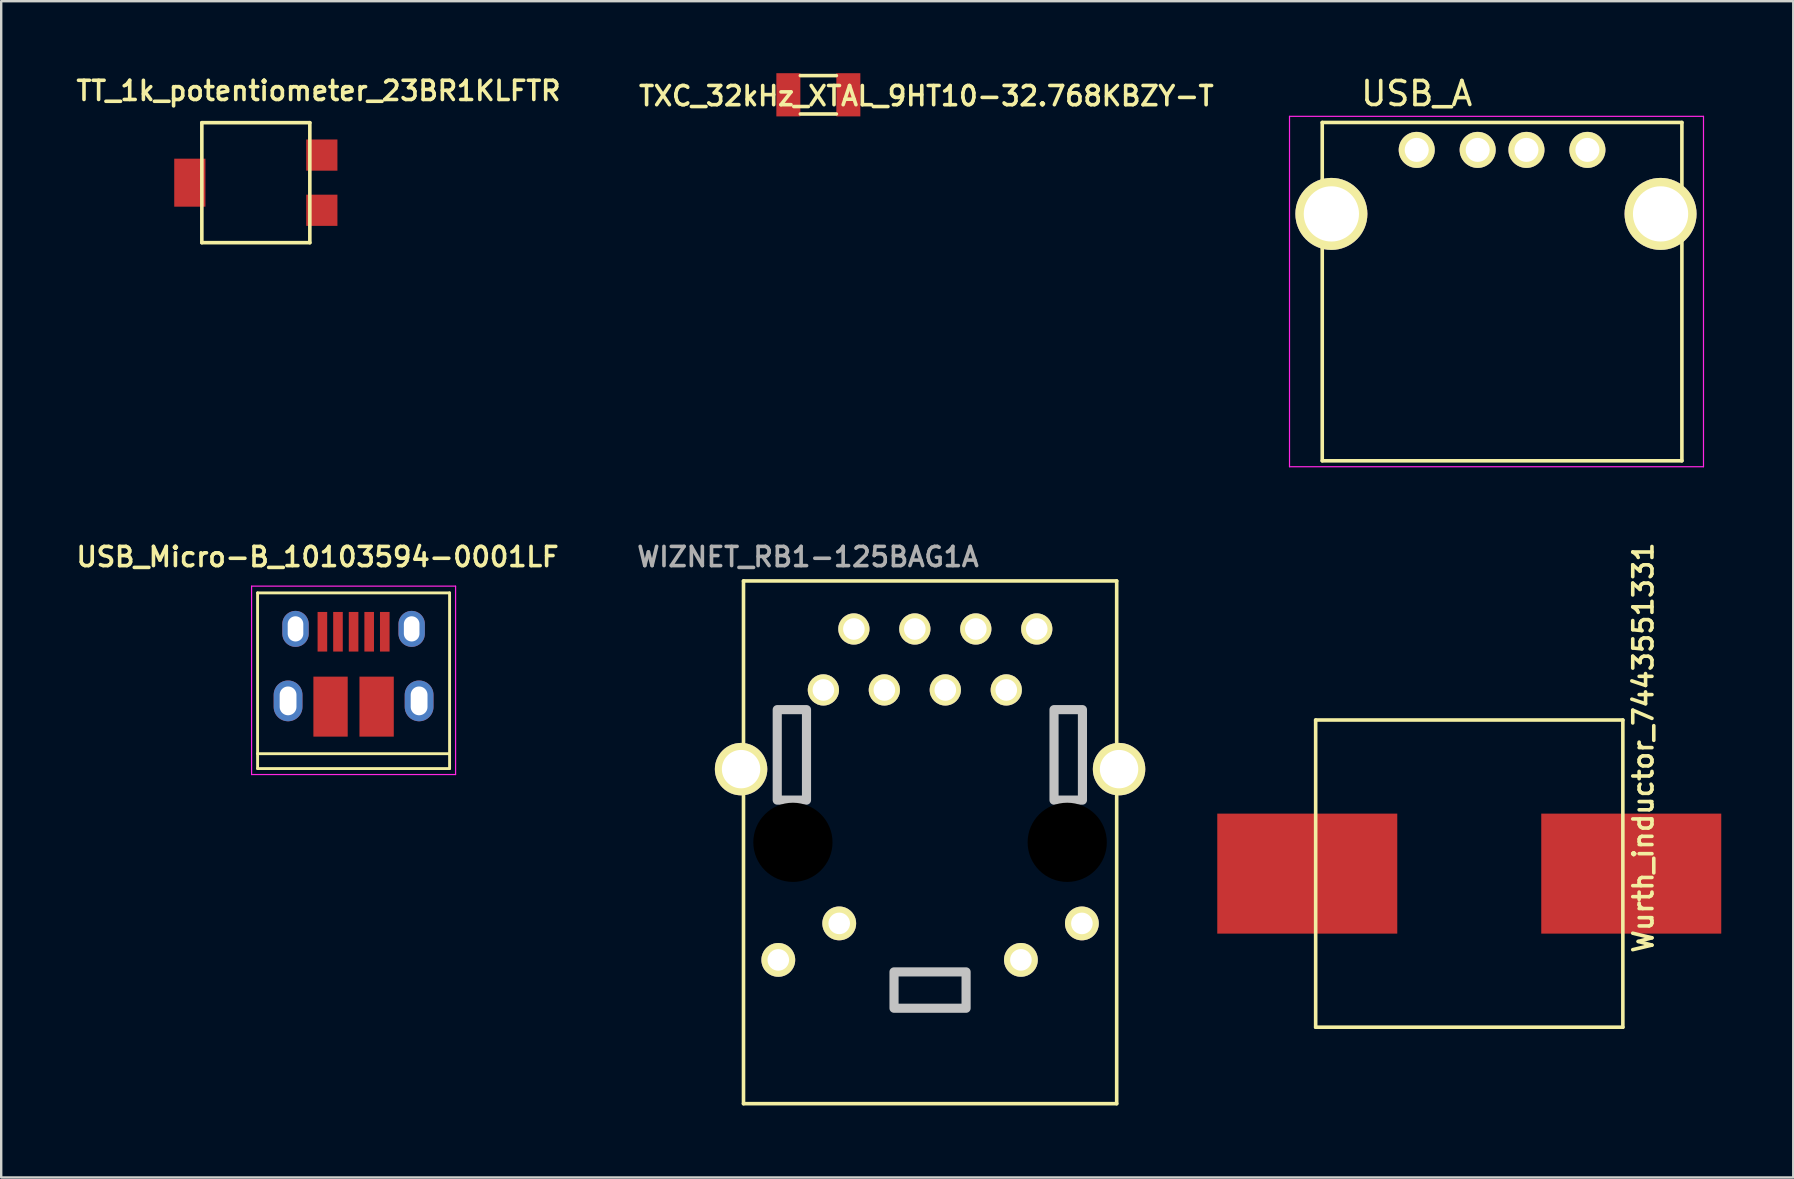
<source format=kicad_pcb>
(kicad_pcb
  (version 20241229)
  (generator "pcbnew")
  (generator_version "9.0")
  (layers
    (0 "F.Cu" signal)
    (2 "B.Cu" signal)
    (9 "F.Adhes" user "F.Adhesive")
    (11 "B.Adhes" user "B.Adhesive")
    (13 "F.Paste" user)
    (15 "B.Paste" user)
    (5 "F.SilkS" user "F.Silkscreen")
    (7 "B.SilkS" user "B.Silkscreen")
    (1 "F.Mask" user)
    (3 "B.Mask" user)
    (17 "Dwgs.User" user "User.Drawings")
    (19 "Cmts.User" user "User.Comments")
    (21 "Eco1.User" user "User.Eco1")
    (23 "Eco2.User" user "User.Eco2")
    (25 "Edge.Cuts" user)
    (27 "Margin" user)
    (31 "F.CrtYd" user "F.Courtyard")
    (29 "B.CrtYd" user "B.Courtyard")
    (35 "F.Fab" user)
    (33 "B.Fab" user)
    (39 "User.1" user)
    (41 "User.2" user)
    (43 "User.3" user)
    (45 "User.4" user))
  (footprint "TXC_32kHz_XTAL_9HT10-32.768KBZY-T"
    (layer "F.Cu")
    (at 31.049 0.9)
    (property "Reference" "TXC_32kHz_XTAL_9HT10-32.768KBZY-T" (at 4.5 0.05 0) (layer "F.SilkS") (effects (font (size 0.8 0.8) (thickness 0.15))))
    (attr through_hole)
    (fp_line (start -0.75 -0.8) (end 0.75 -0.8) (stroke (width 0.15) (type solid)) (layer "F.SilkS"))
    (fp_line (start 0.75 0.8) (end -0.75 0.8) (stroke (width 0.15) (type solid)) (layer "F.SilkS"))
    (pad "1" smd rect (at -1.25 0) (size 1 1.8) (layers "F.Cu" "F.Mask" "F.Paste"))
    (pad "2" smd rect (at 1.25 0) (size 1 1.8) (layers "F.Cu" "F.Mask" "F.Paste")))
  (footprint "WIZNET_RB1-125BAG1A"
    (layer "F.Cu")
    (at 35.705 32.047)
    (property "Reference" "WIZNET_RB1-125BAG1A" (at -5.089 -11.893 0) (layer "F.Fab") (effects (font (size 0.8 0.8) (thickness 0.15))))
    (attr through_hole)
    (fp_line (start -7.775 -10.89) (end -7.775 10.89) (stroke (width 0.15) (type solid)) (layer "F.SilkS"))
    (fp_line (start -7.775 10.89) (end 7.775 10.89) (stroke (width 0.15) (type solid)) (layer "F.SilkS"))
    (fp_line (start 7.775 -10.89) (end -7.775 -10.89) (stroke (width 0.15) (type solid)) (layer "F.SilkS"))
    (fp_line (start 7.775 10.89) (end 7.775 -10.89) (stroke (width 0.15) (type solid)) (layer "F.SilkS"))
    (fp_poly (pts (xy -6.369 -5.528) (xy -5.15 -5.528) (xy -5.15 -1.758) (xy -6.369 -1.758)) (stroke (width 0.381) (type solid)) (fill no) (layer "Dwgs.User"))
    (fp_poly (pts (xy -1.503 5.4) (xy 1.5 5.4) (xy 1.5 6.914) (xy -1.503 6.914)) (stroke (width 0.381) (type solid)) (fill no) (layer "Dwgs.User"))
    (fp_poly (pts (xy 5.164 -5.528) (xy 6.348 -5.528) (xy 6.348 -1.758) (xy 5.164 -1.758)) (stroke (width 0.381) (type solid)) (fill no) (layer "Dwgs.User"))
    (pad "" np_thru_hole circle (at -5.716 0.001) (size 3.3 3.3) (drill 3.3) (layers))
    (pad "" np_thru_hole circle (at 5.714 0.001) (size 3.3 3.3) (drill 3.3) (layers))
    (pad "L1" thru_hole circle (at 6.325 3.38) (size 1.408 1.408) (drill 0.9) (layers "*.Cu" "*.Mask" "F.SilkS"))
    (pad "L2" thru_hole circle (at 3.784 4.899) (size 1.408 1.408) (drill 0.9) (layers "*.Cu" "*.Mask" "F.SilkS"))
    (pad "L3" thru_hole circle (at -3.786 3.379) (size 1.408 1.408) (drill 0.9) (layers "*.Cu" "*.Mask" "F.SilkS"))
    (pad "L4" thru_hole circle (at -6.325 4.9) (size 1.408 1.408) (drill 0.9) (layers "*.Cu" "*.Mask" "F.SilkS"))
    (pad "R1" thru_hole circle (at -4.446 -6.349) (size 1.3 1.3) (drill 0.9) (layers "*.Cu" "*.Mask" "F.SilkS"))
    (pad "R2" thru_hole circle (at -3.176 -8.889) (size 1.3 1.3) (drill 0.9) (layers "*.Cu" "*.Mask" "F.SilkS"))
    (pad "R3" thru_hole circle (at -1.906 -6.349) (size 1.3 1.3) (drill 0.9) (layers "*.Cu" "*.Mask" "F.SilkS"))
    (pad "R4" thru_hole circle (at -0.636 -8.889) (size 1.3 1.3) (drill 0.9) (layers "*.Cu" "*.Mask" "F.SilkS"))
    (pad "R5" thru_hole circle (at 0.634 -6.349) (size 1.3 1.3) (drill 0.9) (layers "*.Cu" "*.Mask" "F.SilkS"))
    (pad "R6" thru_hole circle (at 1.904 -8.889) (size 1.3 1.3) (drill 0.9) (layers "*.Cu" "*.Mask" "F.SilkS"))
    (pad "R7" thru_hole circle (at 3.174 -6.349) (size 1.3 1.3) (drill 0.9) (layers "*.Cu" "*.Mask" "F.SilkS"))
    (pad "R8" thru_hole circle (at 4.444 -8.889) (size 1.3 1.3) (drill 0.9) (layers "*.Cu" "*.Mask" "F.SilkS"))
    (pad "SH" thru_hole circle (at -7.876 -3.049) (size 2.184 2.184) (drill 1.6) (layers "*.Cu" "*.Mask" "F.SilkS"))
    (pad "SH" thru_hole circle (at 7.874 -3.049) (size 2.184 2.184) (drill 1.6) (layers "*.Cu" "*.Mask" "F.SilkS")))
  (footprint "Wurth_inductor_7443551331"
    (layer "F.Cu")
    (at 58.171 33.352)
    (property "Reference" "Wurth_inductor_7443551331" (at 7.25 -5.25 90) (layer "F.SilkS") (effects (font (size 0.8 0.8) (thickness 0.15))))
    (attr through_hole)
    (fp_line (start -6.4 -6.4) (end 6.4 -6.4) (stroke (width 0.15) (type solid)) (layer "F.SilkS"))
    (fp_line (start -6.4 6.4) (end -6.4 -6.4) (stroke (width 0.15) (type solid)) (layer "F.SilkS"))
    (fp_line (start 6.4 -6.4) (end 6.4 6.4) (stroke (width 0.15) (type solid)) (layer "F.SilkS"))
    (fp_line (start 6.4 6.4) (end -6.4 6.4) (stroke (width 0.15) (type solid)) (layer "F.SilkS"))
    (pad "1" smd rect (at -6.75 0) (size 7.5 5) (layers "F.Cu" "F.Mask" "F.Paste"))
    (pad "2" smd rect (at 6.75 0) (size 7.5 5) (layers "F.Cu" "F.Mask" "F.Paste")))
  (footprint "TT_1k_potentiometer_23BR1KLFTR"
    (layer "F.Cu")
    (at 7.61 4.562)
    (property "Reference" "TT_1k_potentiometer_23BR1KLFTR" (at 2.611 -3.83 0) (layer "F.SilkS") (effects (font (size 0.8 0.8) (thickness 0.15))))
    (attr through_hole)
    (fp_line (start -2.25 -2.5) (end 2.25 -2.5) (stroke (width 0.15) (type solid)) (layer "F.SilkS"))
    (fp_line (start -2.25 2.5) (end -2.25 -2.5) (stroke (width 0.15) (type solid)) (layer "F.SilkS"))
    (fp_line (start 2.25 -2.5) (end 2.25 2.5) (stroke (width 0.15) (type solid)) (layer "F.SilkS"))
    (fp_line (start 2.25 2.5) (end -2.25 2.5) (stroke (width 0.15) (type solid)) (layer "F.SilkS"))
    (pad "1" smd rect (at 2.75 -1.15) (size 1.3 1.3) (layers "F.Cu" "F.Mask" "F.Paste"))
    (pad "2" smd rect (at -2.75 0) (size 1.3 2) (layers "F.Cu" "F.Mask" "F.Paste"))
    (pad "3" smd rect (at 2.75 1.15) (size 1.3 1.3) (layers "F.Cu" "F.Mask" "F.Paste")))
  (footprint "USB_Micro-B_10103594-0001LF"
    (layer "F.Cu")
    (at 11.683 24.774)
    (property "Reference" "USB_Micro-B_10103594-0001LF" (at -1.5 -4.62 0) (layer "F.SilkS") (effects (font (size 0.8 0.8) (thickness 0.15))))
    (attr smd)
    (fp_line (start -4 -3.12) (end 4 -3.12) (stroke (width 0.12) (type solid)) (layer "F.SilkS"))
    (fp_line (start -4 4.2) (end -4 -3.12) (stroke (width 0.12) (type solid)) (layer "F.SilkS"))
    (fp_line (start -4 4.2) (end 4 4.2) (stroke (width 0.12) (type solid)) (layer "F.SilkS"))
    (fp_line (start 4 -3.12) (end 4 4.2) (stroke (width 0.12) (type solid)) (layer "F.SilkS"))
    (fp_line (start 4 3.58) (end -4 3.58) (stroke (width 0.12) (type solid)) (layer "F.SilkS"))
    (fp_line (start -4.25 -3.4) (end 4.25 -3.4) (stroke (width 0.05) (type solid)) (layer "F.CrtYd"))
    (fp_line (start -4.25 4.45) (end -4.25 -3.4) (stroke (width 0.05) (type solid)) (layer "F.CrtYd"))
    (fp_line (start 4.25 -3.4) (end 4.25 4.45) (stroke (width 0.05) (type solid)) (layer "F.CrtYd"))
    (fp_line (start 4.25 4.45) (end -4.25 4.45) (stroke (width 0.05) (type solid)) (layer "F.CrtYd"))
    (pad "1" smd rect (at -1.3 -1.5 90) (size 1.65 0.4) (layers "F.Cu" "F.Mask" "F.Paste"))
    (pad "2" smd rect (at -0.65 -1.5 90) (size 1.65 0.4) (layers "F.Cu" "F.Mask" "F.Paste"))
    (pad "3" smd rect (at 0 -1.5 90) (size 1.65 0.4) (layers "F.Cu" "F.Mask" "F.Paste"))
    (pad "4" smd rect (at 0.65 -1.5 90) (size 1.65 0.4) (layers "F.Cu" "F.Mask" "F.Paste"))
    (pad "5" smd rect (at 1.3 -1.5 90) (size 1.65 0.4) (layers "F.Cu" "F.Mask" "F.Paste"))
    (pad "6" thru_hole oval (at -2.73 1.38 90) (size 1.7 1.2) (drill oval 1.2 0.7) (layers "*.Cu" "*.Mask"))
    (pad "6" thru_hole oval (at -2.42 -1.62 90) (size 1.5 1.1) (drill oval 1.05 0.65) (layers "*.Cu" "*.Mask"))
    (pad "6" smd rect (at -0.96 1.62 90) (size 2.5 1.43) (layers "F.Cu" "F.Mask" "F.Paste"))
    (pad "6" smd rect (at 0.96 1.62 90) (size 2.5 1.43) (layers "F.Cu" "F.Mask" "F.Paste"))
    (pad "6" thru_hole oval (at 2.42 -1.62 90) (size 1.5 1.1) (drill oval 1.05 0.65) (layers "*.Cu" "*.Mask"))
    (pad "6" thru_hole oval (at 2.73 1.38 90) (size 1.7 1.2) (drill oval 1.2 0.7) (layers "*.Cu" "*.Mask")))
  (footprint "USB_A"
    (layer "F.Cu")
    (at 55.981 3.198)
    (property "Reference" "USB_A" (at 0 -2.35 0) (layer "F.SilkS") (effects (font (size 1 1) (thickness 0.15))))
    (attr through_hole)
    (fp_line (start -3.936 12.952) (end -3.936 -1.145) (stroke (width 0.15) (type solid)) (layer "F.SilkS"))
    (fp_line (start 11.05 -1.145) (end -3.936 -1.145) (stroke (width 0.15) (type solid)) (layer "F.SilkS"))
    (fp_line (start 11.05 -1.145) (end 11.05 12.952) (stroke (width 0.15) (type solid)) (layer "F.SilkS"))
    (fp_line (start 11.05 12.952) (end -3.936 12.952) (stroke (width 0.15) (type solid)) (layer "F.SilkS"))
    (fp_line (start -5.3 -1.4) (end 11.95 -1.4) (stroke (width 0.05) (type solid)) (layer "F.CrtYd"))
    (fp_line (start -5.3 13.2) (end -5.3 -1.4) (stroke (width 0.05) (type solid)) (layer "F.CrtYd"))
    (fp_line (start -5.3 13.2) (end 11.95 13.2) (stroke (width 0.05) (type solid)) (layer "F.CrtYd"))
    (fp_line (start 11.95 -1.4) (end 11.95 13.2) (stroke (width 0.05) (type solid)) (layer "F.CrtYd"))
    (pad "1" thru_hole circle (at 0.001 -0.002 270) (size 1.501 1.501) (drill 1.001) (layers "*.Cu" "*.Mask" "F.SilkS"))
    (pad "2" thru_hole circle (at 2.541 -0.002 270) (size 1.501 1.501) (drill 1.001) (layers "*.Cu" "*.Mask" "F.SilkS"))
    (pad "3" thru_hole circle (at 4.573 -0.002 270) (size 1.501 1.501) (drill 1.001) (layers "*.Cu" "*.Mask" "F.SilkS"))
    (pad "4" thru_hole circle (at 7.113 -0.002 270) (size 1.501 1.501) (drill 1.001) (layers "*.Cu" "*.Mask" "F.SilkS"))
    (pad "5" thru_hole circle (at -3.555 2.665 270) (size 3 3) (drill 2.301) (layers "*.Cu" "*.Mask" "F.SilkS"))
    (pad "5" thru_hole circle (at 10.161 2.665 270) (size 3 3) (drill 2.301) (layers "*.Cu" "*.Mask" "F.SilkS")))
  (gr_rect
    (start -3 -3)
    (end 71.671 46.012)
    (stroke (width 0.1) (type default))
    (fill no)
    (layer "Edge.Cuts")))
</source>
